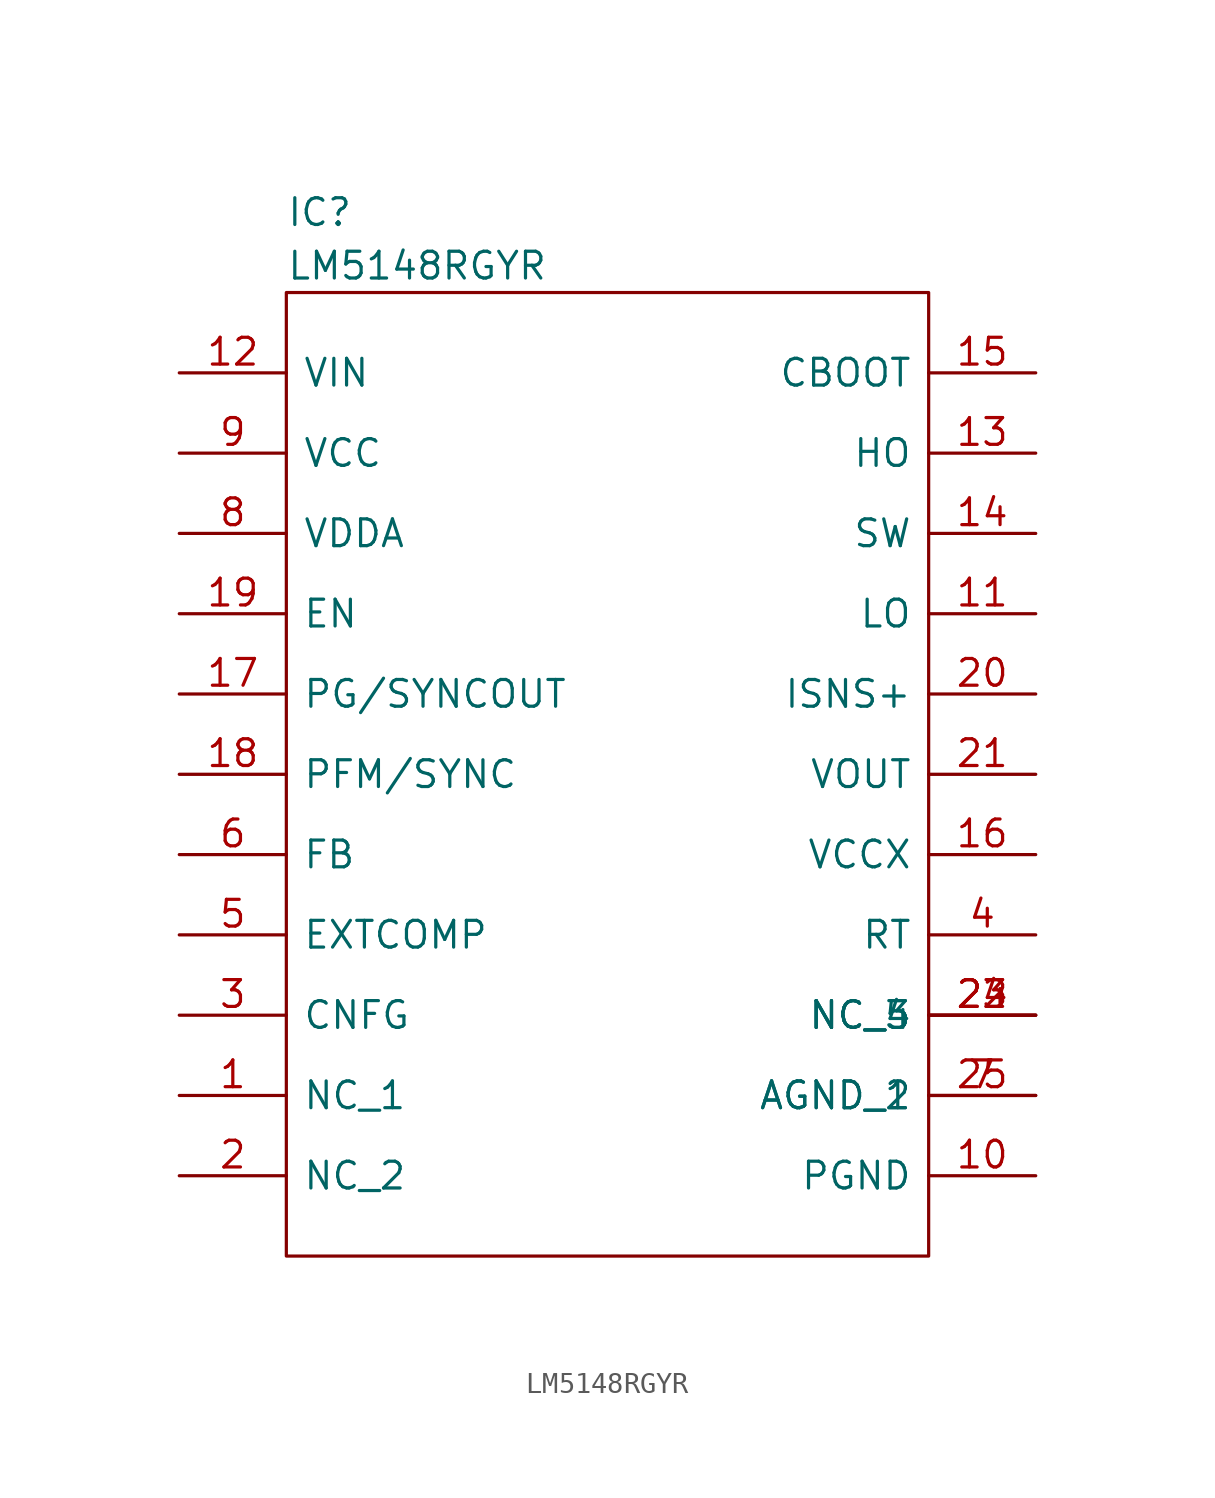
<source format=kicad_sym>
(kicad_symbol_lib
  (version 20241209)
  (generator "kicad_symbol_editor")
  (generator_version "9.0")
  (symbol "LM5148RGYR"
    (pin_names
      (offset 0.762))
    (property "Reference" "IC"
      (at 5.08 16.51 0)
      (effects (font (size 1.27 1.27)) (justify left)))
    (property "Value" "LM5148RGYR"
      (at 5.08 13.97 0)
      (effects (font (size 1.27 1.27)) (justify left)))
    (symbol "LM5148RGYR_0_0"
      (pin passive line (at 0 8.89 0) (length 5.08) (name "VIN" (effects (font (size 1.27 1.27)))) (number "12" (effects (font (size 1.27 1.27)))))
      (pin passive line (at 0 5.08 0) (length 5.08) (name "VCC" (effects (font (size 1.27 1.27)))) (number "9" (effects (font (size 1.27 1.27)))))
      (pin passive line (at 0 -2.54 0) (length 5.08) (name "EN" (effects (font (size 1.27 1.27)))) (number "19" (effects (font (size 1.27 1.27)))))
      (pin passive line (at 0 -6.35 0) (length 5.08) (name "PG/SYNCOUT" (effects (font (size 1.27 1.27)))) (number "17" (effects (font (size 1.27 1.27)))))
      (pin passive line (at 0 -10.16 0) (length 5.08) (name "PFM/SYNC" (effects (font (size 1.27 1.27)))) (number "18" (effects (font (size 1.27 1.27)))))
      (pin passive line (at 0 -13.97 0) (length 5.08) (name "FB" (effects (font (size 1.27 1.27)))) (number "6" (effects (font (size 1.27 1.27)))))
      (pin passive line (at 0 -17.78 0) (length 5.08) (name "EXTCOMP" (effects (font (size 1.27 1.27)))) (number "5" (effects (font (size 1.27 1.27)))))
      (pin passive line (at 0 -21.59 0) (length 5.08) (name "CNFG" (effects (font (size 1.27 1.27)))) (number "3" (effects (font (size 1.27 1.27)))))
      (pin passive line (at 0 -29.21 0) (length 5.08) (name "NC_2" (effects (font (size 1.27 1.27)))) (number "2" (effects (font (size 1.27 1.27)))))
      (pin passive line (at 40.64 8.89 180) (length 5.08) (name "CBOOT" (effects (font (size 1.27 1.27)))) (number "15" (effects (font (size 1.27 1.27)))))
      (pin passive line (at 40.64 5.08 180) (length 5.08) (name "HO" (effects (font (size 1.27 1.27)))) (number "13" (effects (font (size 1.27 1.27)))))
      (pin passive line (at 40.64 1.27 180) (length 5.08) (name "SW" (effects (font (size 1.27 1.27)))) (number "14" (effects (font (size 1.27 1.27)))))
      (pin passive line (at 40.64 -2.54 180) (length 5.08) (name "LO" (effects (font (size 1.27 1.27)))) (number "11" (effects (font (size 1.27 1.27)))))
      (pin passive line (at 40.64 -10.16 180) (length 5.08) (name "VOUT" (effects (font (size 1.27 1.27)))) (number "21" (effects (font (size 1.27 1.27)))))
      (pin passive line (at 40.64 -13.97 180) (length 5.08) (name "VCCX" (effects (font (size 1.27 1.27)))) (number "16" (effects (font (size 1.27 1.27)))))
      (pin passive line (at 40.64 -17.78 180) (length 5.08) (name "RT" (effects (font (size 1.27 1.27)))) (number "4" (effects (font (size 1.27 1.27)))))
      (pin passive line (at 40.64 -21.59 180) (length 5.08) (name "NC_4" (effects (font (size 1.27 1.27)))) (number "23" (effects (font (size 1.27 1.27)))))
      (pin passive line (at 40.64 -21.59 180) (length 5.08) (name "NC_5" (effects (font (size 1.27 1.27)))) (number "24" (effects (font (size 1.27 1.27)))))
      (pin passive line (at 40.64 -25.4 180) (length 5.08) (name "AGND_2" (effects (font (size 1.27 1.27)))) (number "25" (effects (font (size 1.27 1.27)))))
      (pin passive line (at 40.64 -29.21 180) (length 5.08) (name "PGND" (effects (font (size 1.27 1.27)))) (number "10" (effects (font (size 1.27 1.27))))))
    (symbol "LM5148RGYR_0_1"
      (polyline (pts (xy 5.08 12.7) (xy 35.56 12.7) (xy 35.56 -33.02) (xy 5.08 -33.02) (xy 5.08 12.7)) (stroke (width 0.152) (type solid)) (fill (type none))))
    (symbol "LM5148RGYR_1_0"
      (pin passive line (at 0 1.27 0) (length 5.08) (name "VDDA" (effects (font (size 1.27 1.27)))) (number "8" (effects (font (size 1.27 1.27)))))
      (pin passive line (at 0 -25.4 0) (length 5.08) (name "NC_1" (effects (font (size 1.27 1.27)))) (number "1" (effects (font (size 1.27 1.27)))))
      (pin passive line (at 40.64 -6.35 180) (length 5.08) (name "ISNS+" (effects (font (size 1.27 1.27)))) (number "20" (effects (font (size 1.27 1.27)))))
      (pin passive line (at 40.64 -21.59 180) (length 5.08) (name "NC_3" (effects (font (size 1.27 1.27)))) (number "22" (effects (font (size 1.27 1.27)))))
      (pin passive line (at 40.64 -25.4 180) (length 5.08) (name "AGND_1" (effects (font (size 1.27 1.27)))) (number "7" (effects (font (size 1.27 1.27))))))))
</source>
